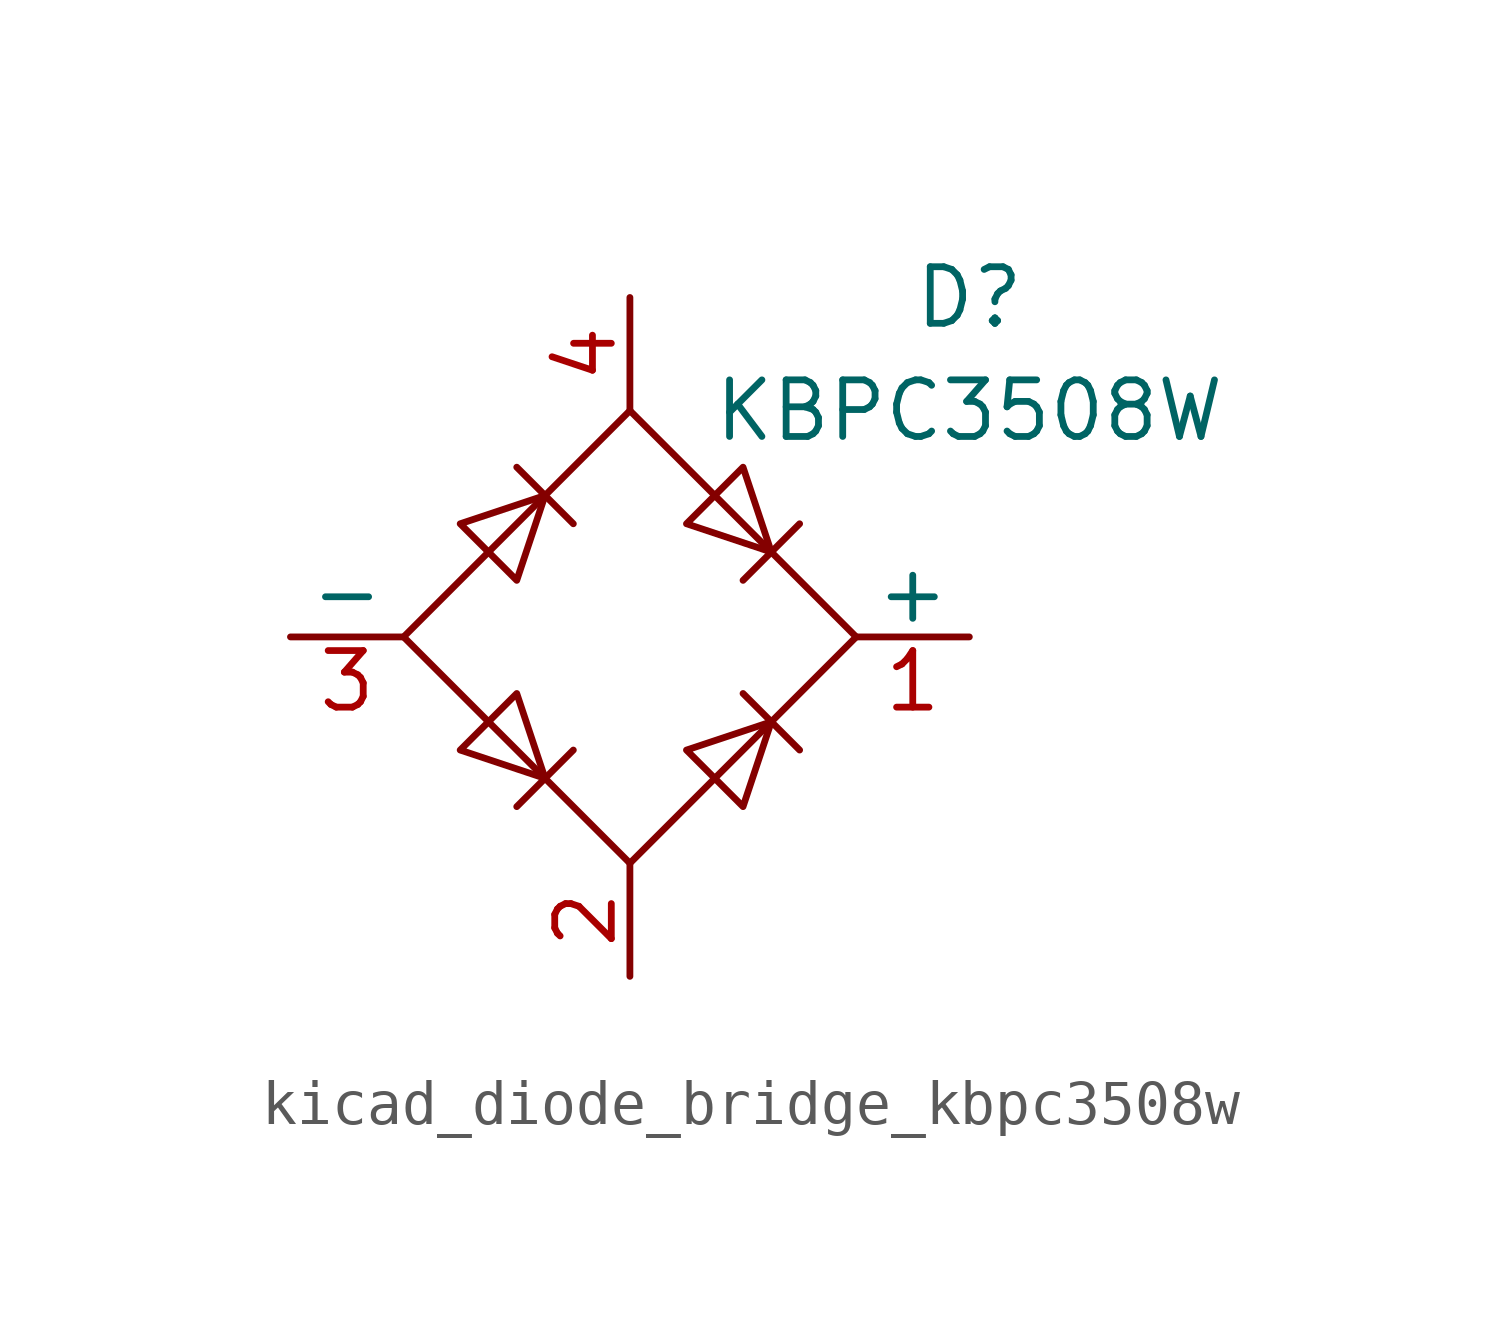
<source format=kicad_sym>
(kicad_symbol_lib
  (version 20220914)
  (generator kicad_symbol_editor)
  (symbol "kicad_diode_bridge_kbpc3508w"
    (pin_names
      (offset 0))
    (property "Reference" "D"
      (at 7.62 7.62 0)
      (effects (font (size 1.27 1.27))))
    (property "Value" "KBPC3508W"
      (at 7.62 5.08 0)
      (effects (font (size 1.27 1.27))))
    (symbol "kicad_diode_bridge_kbpc3508w_0_1"
      (polyline (pts (xy -2.54 3.81) (xy -1.27 2.54)) (stroke (width 0) (type default)) (fill (type none)))
      (polyline (pts (xy -1.27 -2.54) (xy -2.54 -3.81)) (stroke (width 0) (type default)) (fill (type none)))
      (polyline (pts (xy 2.54 -1.27) (xy 3.81 -2.54)) (stroke (width 0) (type default)) (fill (type none)))
      (polyline (pts (xy 2.54 1.27) (xy 3.81 2.54)) (stroke (width 0) (type default)) (fill (type none)))
      (polyline (pts (xy -3.81 2.54) (xy -2.54 1.27) (xy -1.905 3.175) (xy -3.81 2.54)) (stroke (width 0) (type default)) (fill (type none)))
      (polyline (pts (xy -2.54 -1.27) (xy -3.81 -2.54) (xy -1.905 -3.175) (xy -2.54 -1.27)) (stroke (width 0) (type default)) (fill (type none)))
      (polyline (pts (xy 1.27 2.54) (xy 2.54 3.81) (xy 3.175 1.905) (xy 1.27 2.54)) (stroke (width 0) (type default)) (fill (type none)))
      (polyline (pts (xy 3.175 -1.905) (xy 1.27 -2.54) (xy 2.54 -3.81) (xy 3.175 -1.905)) (stroke (width 0) (type default)) (fill (type none)))
      (polyline (pts (xy -5.08 0) (xy 0 -5.08) (xy 5.08 0) (xy 0 5.08) (xy -5.08 0)) (stroke (width 0) (type default)) (fill (type none))))
    (symbol "kicad_diode_bridge_kbpc3508w_1_1"
      (pin passive line (at 7.62 0 180) (length 2.54) (name "+" (effects (font (size 1.27 1.27)))) (number "1" (effects (font (size 1.27 1.27)))))
      (pin passive line (at 0 -7.62 90) (length 2.54) (name "~" (effects (font (size 1.27 1.27)))) (number "2" (effects (font (size 1.27 1.27)))))
      (pin passive line (at -7.62 0 0) (length 2.54) (name "-" (effects (font (size 1.27 1.27)))) (number "3" (effects (font (size 1.27 1.27)))))
      (pin passive line (at 0 7.62 270) (length 2.54) (name "~" (effects (font (size 1.27 1.27)))) (number "4" (effects (font (size 1.27 1.27))))))))
</source>
